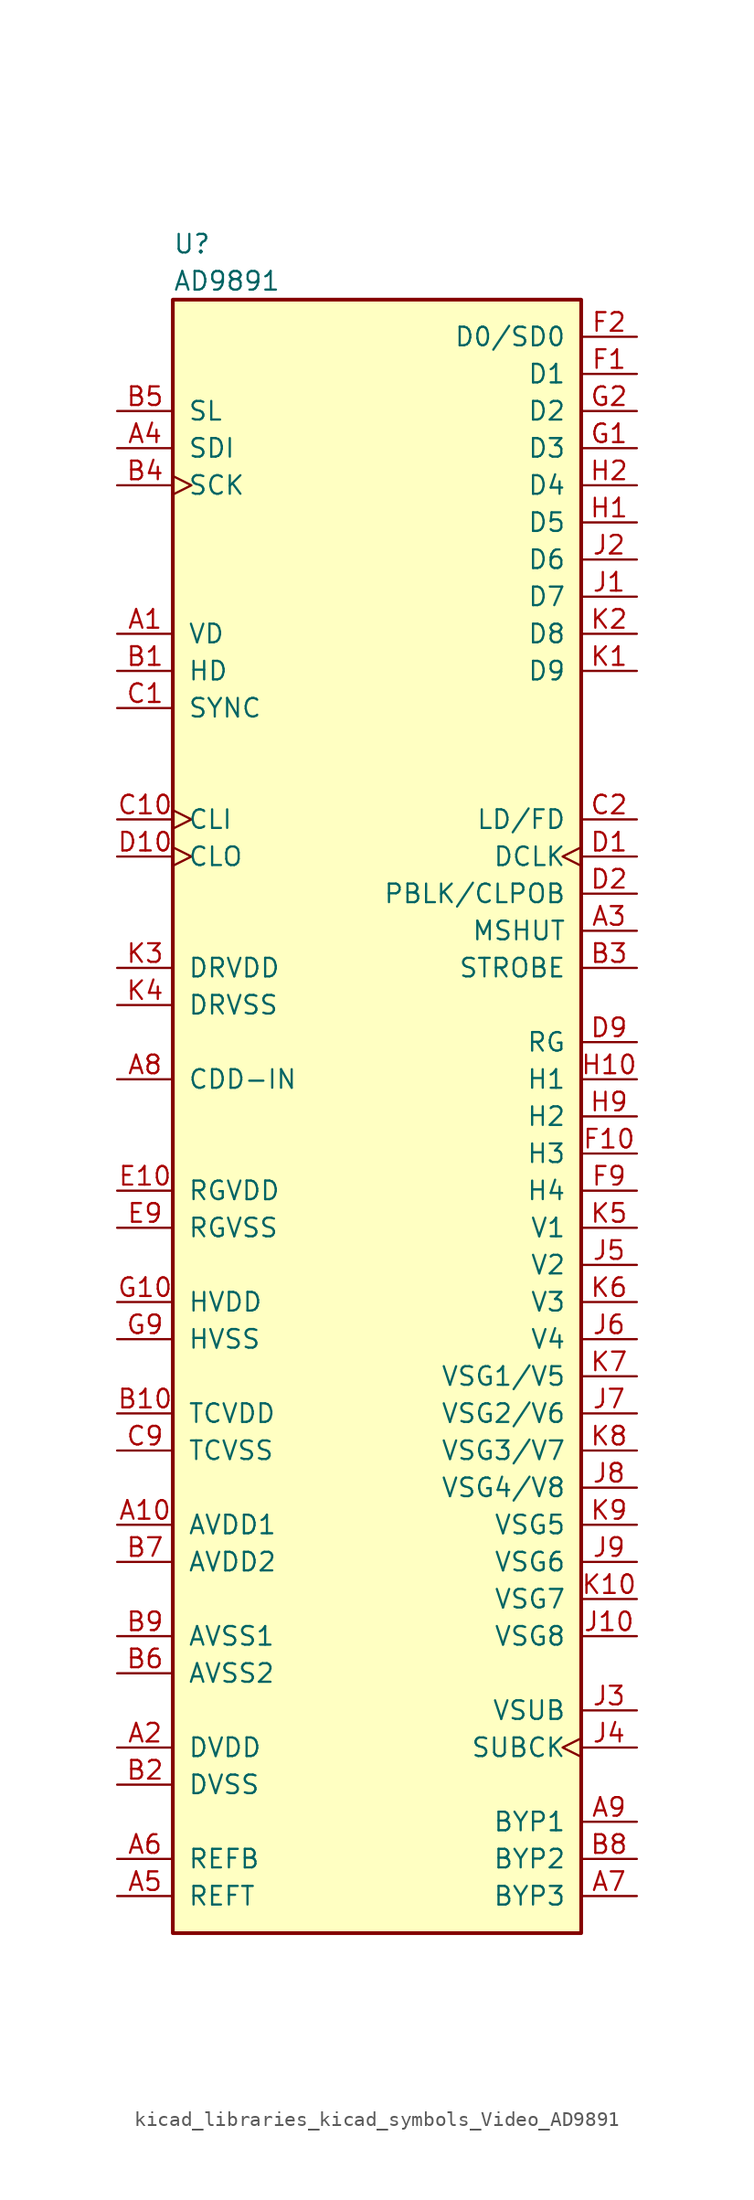
<source format=kicad_sym>
(kicad_symbol_lib
  (version 20220914)
  (generator kicad_symbol_editor)
  (symbol "kicad_libraries_kicad_symbols_Video_AD9891"
    (pin_names
      (offset 1.016))
    (property "Reference" "U"
      (at -13.97 59.69 0)
      (effects (font (size 1.27 1.27)) (justify left)))
    (property "Value" "AD9891"
      (at -13.97 57.15 0)
      (effects (font (size 1.27 1.27)) (justify left)))
    (symbol "kicad_libraries_kicad_symbols_Video_AD9891_0_1"
      (rectangle (start 13.97 -55.88) (end -13.97 55.88) (stroke (width 0.254) (type default)) (fill (type background))))
    (symbol "kicad_libraries_kicad_symbols_Video_AD9891_1_1"
      (pin bidirectional line (at -17.78 33.02 0) (length 3.81) (name "VD" (effects (font (size 1.27 1.27)))) (number "A1" (effects (font (size 1.27 1.27)))))
      (pin power_in line (at -17.78 -27.94 0) (length 3.81) (name "AVDD1" (effects (font (size 1.27 1.27)))) (number "A10" (effects (font (size 1.27 1.27)))))
      (pin power_in line (at -17.78 -43.18 0) (length 3.81) (name "DVDD" (effects (font (size 1.27 1.27)))) (number "A2" (effects (font (size 1.27 1.27)))))
      (pin output line (at 17.78 12.7 180) (length 3.81) (name "MSHUT" (effects (font (size 1.27 1.27)))) (number "A3" (effects (font (size 1.27 1.27)))))
      (pin input line (at -17.78 45.72 0) (length 3.81) (name "SDI" (effects (font (size 1.27 1.27)))) (number "A4" (effects (font (size 1.27 1.27)))))
      (pin output line (at -17.78 -53.34 0) (length 3.81) (name "REFT" (effects (font (size 1.27 1.27)))) (number "A5" (effects (font (size 1.27 1.27)))))
      (pin output line (at -17.78 -50.8 0) (length 3.81) (name "REFB" (effects (font (size 1.27 1.27)))) (number "A6" (effects (font (size 1.27 1.27)))))
      (pin output line (at 17.78 -53.34 180) (length 3.81) (name "BYP3" (effects (font (size 1.27 1.27)))) (number "A7" (effects (font (size 1.27 1.27)))))
      (pin input line (at -17.78 2.54 0) (length 3.81) (name "CDD-IN" (effects (font (size 1.27 1.27)))) (number "A8" (effects (font (size 1.27 1.27)))))
      (pin output line (at 17.78 -48.26 180) (length 3.81) (name "BYP1" (effects (font (size 1.27 1.27)))) (number "A9" (effects (font (size 1.27 1.27)))))
      (pin bidirectional line (at -17.78 30.48 0) (length 3.81) (name "HD" (effects (font (size 1.27 1.27)))) (number "B1" (effects (font (size 1.27 1.27)))))
      (pin power_in line (at -17.78 -20.32 0) (length 3.81) (name "TCVDD" (effects (font (size 1.27 1.27)))) (number "B10" (effects (font (size 1.27 1.27)))))
      (pin power_in line (at -17.78 -45.72 0) (length 3.81) (name "DVSS" (effects (font (size 1.27 1.27)))) (number "B2" (effects (font (size 1.27 1.27)))))
      (pin output line (at 17.78 10.16 180) (length 3.81) (name "STROBE" (effects (font (size 1.27 1.27)))) (number "B3" (effects (font (size 1.27 1.27)))))
      (pin input clock (at -17.78 43.18 0) (length 3.81) (name "SCK" (effects (font (size 1.27 1.27)))) (number "B4" (effects (font (size 1.27 1.27)))))
      (pin input line (at -17.78 48.26 0) (length 3.81) (name "SL" (effects (font (size 1.27 1.27)))) (number "B5" (effects (font (size 1.27 1.27)))))
      (pin power_in line (at -17.78 -38.1 0) (length 3.81) (name "AVSS2" (effects (font (size 1.27 1.27)))) (number "B6" (effects (font (size 1.27 1.27)))))
      (pin power_in line (at -17.78 -30.48 0) (length 3.81) (name "AVDD2" (effects (font (size 1.27 1.27)))) (number "B7" (effects (font (size 1.27 1.27)))))
      (pin output line (at 17.78 -50.8 180) (length 3.81) (name "BYP2" (effects (font (size 1.27 1.27)))) (number "B8" (effects (font (size 1.27 1.27)))))
      (pin power_in line (at -17.78 -35.56 0) (length 3.81) (name "AVSS1" (effects (font (size 1.27 1.27)))) (number "B9" (effects (font (size 1.27 1.27)))))
      (pin input line (at -17.78 27.94 0) (length 3.81) (name "SYNC" (effects (font (size 1.27 1.27)))) (number "C1" (effects (font (size 1.27 1.27)))))
      (pin input clock (at -17.78 20.32 0) (length 3.81) (name "CLI" (effects (font (size 1.27 1.27)))) (number "C10" (effects (font (size 1.27 1.27)))))
      (pin output line (at 17.78 20.32 180) (length 3.81) (name "LD/FD" (effects (font (size 1.27 1.27)))) (number "C2" (effects (font (size 1.27 1.27)))))
      (pin power_in line (at -17.78 -22.86 0) (length 3.81) (name "TCVSS" (effects (font (size 1.27 1.27)))) (number "C9" (effects (font (size 1.27 1.27)))))
      (pin output clock (at 17.78 17.78 180) (length 3.81) (name "DCLK" (effects (font (size 1.27 1.27)))) (number "D1" (effects (font (size 1.27 1.27)))))
      (pin output clock (at -17.78 17.78 0) (length 3.81) (name "CLO" (effects (font (size 1.27 1.27)))) (number "D10" (effects (font (size 1.27 1.27)))))
      (pin output line (at 17.78 15.24 180) (length 3.81) (name "PBLK/CLPOB" (effects (font (size 1.27 1.27)))) (number "D2" (effects (font (size 1.27 1.27)))))
      (pin output line (at 17.78 5.08 180) (length 3.81) (name "RG" (effects (font (size 1.27 1.27)))) (number "D9" (effects (font (size 1.27 1.27)))))
      (pin power_in line (at -17.78 -5.08 0) (length 3.81) (name "RGVDD" (effects (font (size 1.27 1.27)))) (number "E10" (effects (font (size 1.27 1.27)))))
      (pin power_in line (at -17.78 -7.62 0) (length 3.81) (name "RGVSS" (effects (font (size 1.27 1.27)))) (number "E9" (effects (font (size 1.27 1.27)))))
      (pin output line (at 17.78 50.8 180) (length 3.81) (name "D1" (effects (font (size 1.27 1.27)))) (number "F1" (effects (font (size 1.27 1.27)))))
      (pin output line (at 17.78 -2.54 180) (length 3.81) (name "H3" (effects (font (size 1.27 1.27)))) (number "F10" (effects (font (size 1.27 1.27)))))
      (pin output line (at 17.78 53.34 180) (length 3.81) (name "D0/SD0" (effects (font (size 1.27 1.27)))) (number "F2" (effects (font (size 1.27 1.27)))))
      (pin output line (at 17.78 -5.08 180) (length 3.81) (name "H4" (effects (font (size 1.27 1.27)))) (number "F9" (effects (font (size 1.27 1.27)))))
      (pin output line (at 17.78 45.72 180) (length 3.81) (name "D3" (effects (font (size 1.27 1.27)))) (number "G1" (effects (font (size 1.27 1.27)))))
      (pin power_in line (at -17.78 -12.7 0) (length 3.81) (name "HVDD" (effects (font (size 1.27 1.27)))) (number "G10" (effects (font (size 1.27 1.27)))))
      (pin output line (at 17.78 48.26 180) (length 3.81) (name "D2" (effects (font (size 1.27 1.27)))) (number "G2" (effects (font (size 1.27 1.27)))))
      (pin power_in line (at -17.78 -15.24 0) (length 3.81) (name "HVSS" (effects (font (size 1.27 1.27)))) (number "G9" (effects (font (size 1.27 1.27)))))
      (pin output line (at 17.78 40.64 180) (length 3.81) (name "D5" (effects (font (size 1.27 1.27)))) (number "H1" (effects (font (size 1.27 1.27)))))
      (pin output line (at 17.78 2.54 180) (length 3.81) (name "H1" (effects (font (size 1.27 1.27)))) (number "H10" (effects (font (size 1.27 1.27)))))
      (pin output line (at 17.78 43.18 180) (length 3.81) (name "D4" (effects (font (size 1.27 1.27)))) (number "H2" (effects (font (size 1.27 1.27)))))
      (pin output line (at 17.78 0 180) (length 3.81) (name "H2" (effects (font (size 1.27 1.27)))) (number "H9" (effects (font (size 1.27 1.27)))))
      (pin output line (at 17.78 35.56 180) (length 3.81) (name "D7" (effects (font (size 1.27 1.27)))) (number "J1" (effects (font (size 1.27 1.27)))))
      (pin output line (at 17.78 -35.56 180) (length 3.81) (name "VSG8" (effects (font (size 1.27 1.27)))) (number "J10" (effects (font (size 1.27 1.27)))))
      (pin output line (at 17.78 38.1 180) (length 3.81) (name "D6" (effects (font (size 1.27 1.27)))) (number "J2" (effects (font (size 1.27 1.27)))))
      (pin output line (at 17.78 -40.64 180) (length 3.81) (name "VSUB" (effects (font (size 1.27 1.27)))) (number "J3" (effects (font (size 1.27 1.27)))))
      (pin output clock (at 17.78 -43.18 180) (length 3.81) (name "SUBCK" (effects (font (size 1.27 1.27)))) (number "J4" (effects (font (size 1.27 1.27)))))
      (pin output line (at 17.78 -10.16 180) (length 3.81) (name "V2" (effects (font (size 1.27 1.27)))) (number "J5" (effects (font (size 1.27 1.27)))))
      (pin output line (at 17.78 -15.24 180) (length 3.81) (name "V4" (effects (font (size 1.27 1.27)))) (number "J6" (effects (font (size 1.27 1.27)))))
      (pin output line (at 17.78 -20.32 180) (length 3.81) (name "VSG2/V6" (effects (font (size 1.27 1.27)))) (number "J7" (effects (font (size 1.27 1.27)))))
      (pin output line (at 17.78 -25.4 180) (length 3.81) (name "VSG4/V8" (effects (font (size 1.27 1.27)))) (number "J8" (effects (font (size 1.27 1.27)))))
      (pin output line (at 17.78 -30.48 180) (length 3.81) (name "VSG6" (effects (font (size 1.27 1.27)))) (number "J9" (effects (font (size 1.27 1.27)))))
      (pin input line (at 17.78 30.48 180) (length 3.81) (name "D9" (effects (font (size 1.27 1.27)))) (number "K1" (effects (font (size 1.27 1.27)))))
      (pin output line (at 17.78 -33.02 180) (length 3.81) (name "VSG7" (effects (font (size 1.27 1.27)))) (number "K10" (effects (font (size 1.27 1.27)))))
      (pin output line (at 17.78 33.02 180) (length 3.81) (name "D8" (effects (font (size 1.27 1.27)))) (number "K2" (effects (font (size 1.27 1.27)))))
      (pin power_out line (at -17.78 10.16 0) (length 3.81) (name "DRVDD" (effects (font (size 1.27 1.27)))) (number "K3" (effects (font (size 1.27 1.27)))))
      (pin power_out line (at -17.78 7.62 0) (length 3.81) (name "DRVSS" (effects (font (size 1.27 1.27)))) (number "K4" (effects (font (size 1.27 1.27)))))
      (pin output line (at 17.78 -7.62 180) (length 3.81) (name "V1" (effects (font (size 1.27 1.27)))) (number "K5" (effects (font (size 1.27 1.27)))))
      (pin output line (at 17.78 -12.7 180) (length 3.81) (name "V3" (effects (font (size 1.27 1.27)))) (number "K6" (effects (font (size 1.27 1.27)))))
      (pin output line (at 17.78 -17.78 180) (length 3.81) (name "VSG1/V5" (effects (font (size 1.27 1.27)))) (number "K7" (effects (font (size 1.27 1.27)))))
      (pin output line (at 17.78 -22.86 180) (length 3.81) (name "VSG3/V7" (effects (font (size 1.27 1.27)))) (number "K8" (effects (font (size 1.27 1.27)))))
      (pin output line (at 17.78 -27.94 180) (length 3.81) (name "VSG5" (effects (font (size 1.27 1.27)))) (number "K9" (effects (font (size 1.27 1.27))))))))
</source>
